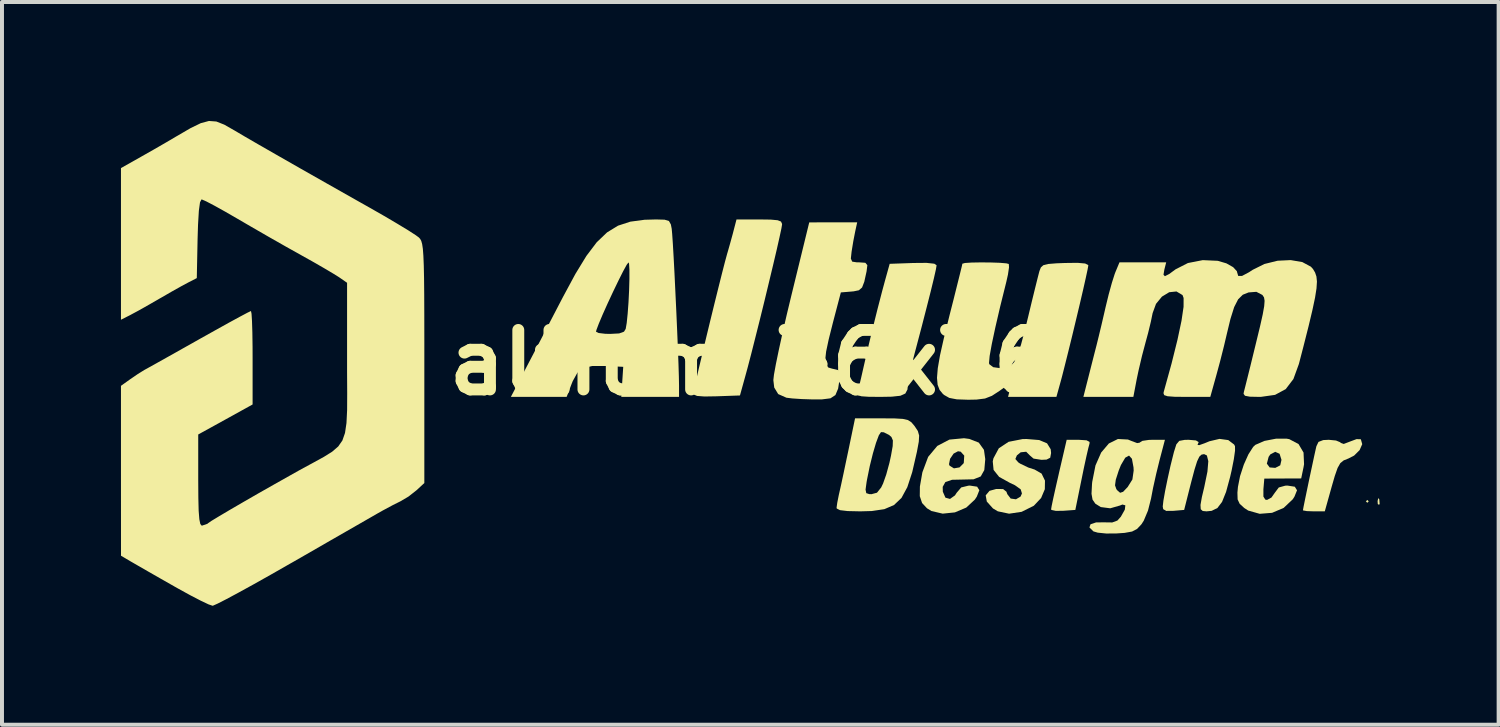
<source format=kicad_pcb>
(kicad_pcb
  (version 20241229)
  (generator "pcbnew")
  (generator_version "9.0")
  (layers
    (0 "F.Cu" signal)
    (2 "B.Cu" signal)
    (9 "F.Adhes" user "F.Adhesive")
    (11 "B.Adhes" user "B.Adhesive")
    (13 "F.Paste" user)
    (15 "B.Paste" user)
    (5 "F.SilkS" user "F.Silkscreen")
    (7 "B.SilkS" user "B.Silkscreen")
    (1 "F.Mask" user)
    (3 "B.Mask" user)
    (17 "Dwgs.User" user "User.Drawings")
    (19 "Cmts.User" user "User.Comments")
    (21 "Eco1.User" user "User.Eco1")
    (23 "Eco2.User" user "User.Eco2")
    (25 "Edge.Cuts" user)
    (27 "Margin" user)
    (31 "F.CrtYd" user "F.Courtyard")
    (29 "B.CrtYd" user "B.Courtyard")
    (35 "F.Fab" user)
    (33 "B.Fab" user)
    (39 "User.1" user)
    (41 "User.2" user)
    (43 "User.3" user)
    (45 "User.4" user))
  (footprint "altium 36x36"
    (layer "F.Cu")
    (at 15.875 6.091)
    (property "Reference" "altium 36x36" (at 0 0 0) (layer "F.SilkS") (effects (font (size 1.5 1.5) (thickness 0.3))))
    (attr board_only exclude_from_pos_files exclude_from_bom)
    (fp_poly (pts (xy 15.586 3.5) (xy 15.55 3.536) (xy 15.514 3.5) (xy 15.55 3.464)) (stroke (width 0) (type solid)) (fill yes) (layer "F.SilkS"))
    (fp_poly (pts (xy 15.852 3.45) (xy 15.861 3.563) (xy 15.846 3.588) (xy 15.814 3.567) (xy 15.809 3.494) (xy 15.826 3.417)) (stroke (width 0) (type solid)) (fill yes) (layer "F.SilkS"))
    (fp_poly (pts (xy 8.472 1.961) (xy 8.548 2.003) (xy 8.545 2.047) (xy 8.516 2.155) (xy 8.466 2.371) (xy 8.403 2.661) (xy 8.348 2.931) (xy 8.188 3.716) (xy 7.882 3.738) (xy 7.696 3.74) (xy 7.588 3.717) (xy 7.577 3.702) (xy 7.592 3.613) (xy 7.634 3.413) (xy 7.697 3.131) (xy 7.773 2.798) (xy 7.773 2.796) (xy 7.97 1.948) (xy 8.276 1.948)) (stroke (width 0) (type solid)) (fill yes) (layer "F.SilkS"))
    (fp_poly (pts (xy 15.383 1.934) (xy 15.388 1.938) (xy 15.422 2.058) (xy 15.356 2.208) (xy 15.217 2.346) (xy 15.075 2.419) (xy 14.955 2.467) (xy 14.87 2.536) (xy 14.801 2.657) (xy 14.73 2.86) (xy 14.653 3.126) (xy 14.478 3.752) (xy 14.202 3.752) (xy 14.026 3.746) (xy 13.932 3.729) (xy 13.927 3.723) (xy 13.941 3.645) (xy 13.978 3.461) (xy 14.031 3.206) (xy 14.092 2.913) (xy 14.155 2.619) (xy 14.211 2.357) (xy 14.254 2.163) (xy 14.266 2.111) (xy 14.319 2.001) (xy 14.439 1.955) (xy 14.579 1.948) (xy 14.761 1.966) (xy 14.87 2.011) (xy 14.878 2.025) (xy 14.955 2.053) (xy 15.117 1.991) (xy 15.278 1.931)) (stroke (width 0) (type solid)) (fill yes) (layer "F.SilkS"))
    (fp_poly (pts (xy 4.632 -2.492) (xy 4.69 -2.452) (xy 4.672 -2.345) (xy 4.621 -2.119) (xy 4.541 -1.791) (xy 4.437 -1.381) (xy 4.315 -0.907) (xy 4.178 -0.388) (xy 4.142 -0.253) (xy 4.065 0.046) (xy 4.006 0.302) (xy 3.972 0.475) (xy 3.968 0.517) (xy 3.956 0.678) (xy 3.902 0.781) (xy 3.778 0.837) (xy 3.559 0.861) (xy 3.271 0.866) (xy 2.974 0.863) (xy 2.796 0.851) (xy 2.71 0.823) (xy 2.692 0.775) (xy 2.699 0.74) (xy 2.735 0.606) (xy 2.788 0.382) (xy 2.842 0.144) (xy 2.946 -0.309) (xy 3.069 -0.822) (xy 3.198 -1.339) (xy 3.319 -1.806) (xy 3.387 -2.057) (xy 3.507 -2.489) (xy 4.099 -2.51) (xy 4.436 -2.513)) (stroke (width 0) (type solid)) (fill yes) (layer "F.SilkS"))
    (fp_poly (pts (xy 0.509 -3.604) (xy 0.682 -3.588) (xy 0.767 -3.555) (xy 0.793 -3.497) (xy 0.794 -3.482) (xy 0.777 -3.38) (xy 0.73 -3.161) (xy 0.659 -2.846) (xy 0.568 -2.459) (xy 0.463 -2.022) (xy 0.351 -1.557) (xy 0.235 -1.086) (xy 0.121 -0.633) (xy 0.016 -0.218) (xy -0.076 0.134) (xy -0.138 0.361) (xy -0.268 0.83) (xy -0.856 0.851) (xy -1.164 0.856) (xy -1.349 0.842) (xy -1.433 0.807) (xy -1.444 0.779) (xy -1.427 0.687) (xy -1.381 0.479) (xy -1.312 0.179) (xy -1.224 -0.191) (xy -1.125 -0.607) (xy -1.019 -1.045) (xy -0.912 -1.482) (xy -0.81 -1.893) (xy -0.719 -2.256) (xy -0.644 -2.547) (xy -0.591 -2.742) (xy -0.58 -2.778) (xy -0.519 -2.992) (xy -0.449 -3.246) (xy -0.435 -3.301) (xy -0.355 -3.608) (xy 0.219 -3.608)) (stroke (width 0) (type solid)) (fill yes) (layer "F.SilkS"))
    (fp_poly (pts (xy 7.277 1.954) (xy 7.475 2.037) (xy 7.567 2.186) (xy 7.577 2.282) (xy 7.555 2.4) (xy 7.463 2.447) (xy 7.332 2.453) (xy 7.135 2.422) (xy 7.045 2.345) (xy 6.949 2.249) (xy 6.811 2.263) (xy 6.715 2.34) (xy 6.676 2.432) (xy 6.751 2.518) (xy 6.796 2.548) (xy 7.002 2.647) (xy 7.161 2.698) (xy 7.337 2.8) (xy 7.423 2.977) (xy 7.419 3.194) (xy 7.325 3.416) (xy 7.144 3.608) (xy 7.137 3.613) (xy 6.834 3.764) (xy 6.518 3.811) (xy 6.233 3.751) (xy 6.112 3.679) (xy 5.956 3.505) (xy 5.928 3.349) (xy 6.024 3.235) (xy 6.193 3.188) (xy 6.367 3.19) (xy 6.451 3.257) (xy 6.473 3.318) (xy 6.558 3.429) (xy 6.691 3.448) (xy 6.807 3.38) (xy 6.842 3.301) (xy 6.811 3.198) (xy 6.666 3.094) (xy 6.541 3.035) (xy 6.267 2.883) (xy 6.127 2.708) (xy 6.106 2.493) (xy 6.123 2.415) (xy 6.259 2.162) (xy 6.505 1.999) (xy 6.858 1.93) (xy 6.957 1.928)) (stroke (width 0) (type solid)) (fill yes) (layer "F.SilkS"))
    (fp_poly (pts (xy 2.637 -3.301) (xy 2.59 -3.06) (xy 2.548 -2.803) (xy 2.547 -2.796) (xy 2.528 -2.62) (xy 2.563 -2.544) (xy 2.681 -2.526) (xy 2.738 -2.526) (xy 2.894 -2.515) (xy 2.944 -2.455) (xy 2.925 -2.301) (xy 2.923 -2.291) (xy 2.867 -2.037) (xy 2.811 -1.892) (xy 2.73 -1.822) (xy 2.598 -1.795) (xy 2.542 -1.79) (xy 2.276 -1.768) (xy 2.077 -1.01) (xy 1.97 -0.585) (xy 1.905 -0.279) (xy 1.882 -0.071) (xy 1.901 0.058) (xy 1.963 0.127) (xy 2.066 0.157) (xy 2.075 0.158) (xy 2.214 0.193) (xy 2.255 0.289) (xy 2.248 0.392) (xy 2.207 0.658) (xy 2.139 0.82) (xy 2.014 0.902) (xy 1.799 0.929) (xy 1.571 0.93) (xy 1.29 0.921) (xy 1.051 0.905) (xy 0.905 0.887) (xy 0.902 0.886) (xy 0.696 0.795) (xy 0.596 0.63) (xy 0.574 0.442) (xy 0.59 0.303) (xy 0.637 0.045) (xy 0.71 -0.309) (xy 0.804 -0.738) (xy 0.915 -1.22) (xy 1.025 -1.677) (xy 1.479 -3.534) (xy 2.084 -3.535) (xy 2.688 -3.536)) (stroke (width 0) (type solid)) (fill yes) (layer "F.SilkS"))
    (fp_poly (pts (xy 12.044 1.955) (xy 12.192 2.067) (xy 12.214 2.11) (xy 12.215 2.221) (xy 12.185 2.435) (xy 12.13 2.715) (xy 12.091 2.884) (xy 11.989 3.261) (xy 11.887 3.515) (xy 11.77 3.668) (xy 11.626 3.739) (xy 11.496 3.752) (xy 11.4 3.743) (xy 11.35 3.698) (xy 11.344 3.59) (xy 11.379 3.392) (xy 11.439 3.139) (xy 11.519 2.75) (xy 11.541 2.487) (xy 11.505 2.343) (xy 11.435 2.309) (xy 11.369 2.322) (xy 11.314 2.374) (xy 11.259 2.49) (xy 11.195 2.693) (xy 11.112 3.006) (xy 11.078 3.139) (xy 10.932 3.716) (xy 10.662 3.739) (xy 10.481 3.741) (xy 10.404 3.697) (xy 10.392 3.63) (xy 10.409 3.481) (xy 10.453 3.233) (xy 10.516 2.926) (xy 10.588 2.601) (xy 10.663 2.3) (xy 10.675 2.253) (xy 10.735 2.063) (xy 10.809 1.975) (xy 10.946 1.95) (xy 11.047 1.948) (xy 11.229 1.964) (xy 11.297 2.005) (xy 11.293 2.02) (xy 11.269 2.077) (xy 11.312 2.083) (xy 11.45 2.034) (xy 11.569 1.985) (xy 11.823 1.925)) (stroke (width 0) (type solid)) (fill yes) (layer "F.SilkS"))
    (fp_poly (pts (xy 13.583 1.932) (xy 13.816 2.055) (xy 13.942 2.269) (xy 13.955 2.564) (xy 13.941 2.644) (xy 13.883 2.922) (xy 13.418 2.924) (xy 12.953 2.926) (xy 12.93 3.195) (xy 12.93 3.379) (xy 12.978 3.456) (xy 13.022 3.464) (xy 13.133 3.404) (xy 13.218 3.283) (xy 13.318 3.15) (xy 13.484 3.104) (xy 13.541 3.103) (xy 13.722 3.131) (xy 13.778 3.221) (xy 13.712 3.383) (xy 13.67 3.448) (xy 13.441 3.665) (xy 13.149 3.789) (xy 12.837 3.814) (xy 12.547 3.732) (xy 12.448 3.668) (xy 12.332 3.562) (xy 12.28 3.451) (xy 12.275 3.281) (xy 12.288 3.136) (xy 12.341 2.866) (xy 12.435 2.577) (xy 12.447 2.549) (xy 13.017 2.549) (xy 13.088 2.645) (xy 13.23 2.656) (xy 13.355 2.591) (xy 13.386 2.454) (xy 13.338 2.301) (xy 13.229 2.251) (xy 13.105 2.316) (xy 13.062 2.378) (xy 13.017 2.549) (xy 12.447 2.549) (xy 12.552 2.315) (xy 12.672 2.127) (xy 12.728 2.075) (xy 12.956 1.976) (xy 13.247 1.92) (xy 13.519 1.92)) (stroke (width 0) (type solid)) (fill yes) (layer "F.SilkS"))
    (fp_poly (pts (xy 5.516 1.926) (xy 5.754 2.019) (xy 5.884 2.201) (xy 5.917 2.436) (xy 5.893 2.711) (xy 5.803 2.872) (xy 5.622 2.944) (xy 5.369 2.95) (xy 5.08 2.956) (xy 4.911 3.014) (xy 4.844 3.134) (xy 4.847 3.256) (xy 4.913 3.407) (xy 5.028 3.439) (xy 5.154 3.349) (xy 5.194 3.286) (xy 5.311 3.149) (xy 5.494 3.104) (xy 5.532 3.103) (xy 5.712 3.13) (xy 5.768 3.219) (xy 5.704 3.381) (xy 5.655 3.455) (xy 5.438 3.657) (xy 5.152 3.778) (xy 4.844 3.81) (xy 4.561 3.744) (xy 4.448 3.675) (xy 4.324 3.542) (xy 4.266 3.369) (xy 4.269 3.126) (xy 4.329 2.782) (xy 4.333 2.764) (xy 4.408 2.563) (xy 5.003 2.563) (xy 5.016 2.599) (xy 5.127 2.668) (xy 5.268 2.644) (xy 5.369 2.543) (xy 5.376 2.526) (xy 5.387 2.347) (xy 5.298 2.248) (xy 5.23 2.237) (xy 5.119 2.296) (xy 5.03 2.427) (xy 5.003 2.563) (xy 4.408 2.563) (xy 4.477 2.379) (xy 4.707 2.103) (xy 5.013 1.943) (xy 5.381 1.908)) (stroke (width 0) (type solid)) (fill yes) (layer "F.SilkS"))
    (fp_poly (pts (xy 3.63 1.409) (xy 3.837 1.421) (xy 3.967 1.45) (xy 4.053 1.505) (xy 4.128 1.593) (xy 4.138 1.606) (xy 4.217 1.726) (xy 4.25 1.84) (xy 4.241 1.997) (xy 4.195 2.245) (xy 4.193 2.255) (xy 4.076 2.762) (xy 3.952 3.142) (xy 3.805 3.413) (xy 3.617 3.592) (xy 3.373 3.697) (xy 3.056 3.744) (xy 2.767 3.752) (xy 2.447 3.745) (xy 2.254 3.722) (xy 2.173 3.681) (xy 2.168 3.662) (xy 2.185 3.538) (xy 2.224 3.341) (xy 2.237 3.283) (xy 2.255 3.204) (xy 2.899 3.204) (xy 2.917 3.293) (xy 2.995 3.318) (xy 3.049 3.319) (xy 3.187 3.282) (xy 3.293 3.149) (xy 3.341 3.049) (xy 3.421 2.822) (xy 3.5 2.532) (xy 3.54 2.35) (xy 3.583 2.107) (xy 3.588 1.964) (xy 3.552 1.879) (xy 3.492 1.826) (xy 3.359 1.759) (xy 3.288 1.754) (xy 3.234 1.834) (xy 3.163 2.024) (xy 3.084 2.292) (xy 3.006 2.607) (xy 2.939 2.936) (xy 2.925 3.013) (xy 2.899 3.204) (xy 2.255 3.204) (xy 2.28 3.092) (xy 2.342 2.804) (xy 2.414 2.461) (xy 2.469 2.201) (xy 2.634 1.407) (xy 3.312 1.407)) (stroke (width 0) (type solid)) (fill yes) (layer "F.SilkS"))
    (fp_poly (pts (xy 9.514 1.941) (xy 9.608 1.979) (xy 9.747 2.031) (xy 9.813 2.02) (xy 9.814 2.015) (xy 9.878 1.975) (xy 10.041 1.951) (xy 10.13 1.948) (xy 10.447 1.948) (xy 10.31 2.469) (xy 10.227 2.807) (xy 10.147 3.167) (xy 10.097 3.43) (xy 10.02 3.733) (xy 9.913 3.988) (xy 9.855 4.078) (xy 9.745 4.195) (xy 9.619 4.261) (xy 9.431 4.295) (xy 9.228 4.309) (xy 8.967 4.311) (xy 8.752 4.289) (xy 8.644 4.257) (xy 8.544 4.158) (xy 8.571 4.078) (xy 8.711 4.031) (xy 8.904 4.029) (xy 9.119 4.032) (xy 9.249 3.984) (xy 9.336 3.887) (xy 9.436 3.709) (xy 9.449 3.6) (xy 9.375 3.58) (xy 9.313 3.605) (xy 9.068 3.675) (xy 8.829 3.644) (xy 8.692 3.558) (xy 8.622 3.456) (xy 8.596 3.309) (xy 8.607 3.096) (xy 9.189 3.096) (xy 9.222 3.191) (xy 9.243 3.219) (xy 9.317 3.284) (xy 9.393 3.259) (xy 9.508 3.138) (xy 9.627 2.948) (xy 9.659 2.724) (xy 9.655 2.643) (xy 9.615 2.426) (xy 9.542 2.346) (xy 9.447 2.399) (xy 9.338 2.584) (xy 9.282 2.724) (xy 9.208 2.954) (xy 9.189 3.096) (xy 8.607 3.096) (xy 8.608 3.072) (xy 8.614 3.009) (xy 8.696 2.595) (xy 8.84 2.268) (xy 9.033 2.041) (xy 9.262 1.928)) (stroke (width 0) (type solid)) (fill yes) (layer "F.SilkS"))
    (fp_poly (pts (xy -2.169 -3.602) (xy -2.059 -3.569) (xy -2.01 -3.482) (xy -1.989 -3.373) (xy -1.977 -3.244) (xy -1.96 -2.996) (xy -1.94 -2.652) (xy -1.918 -2.238) (xy -1.896 -1.777) (xy -1.873 -1.295) (xy -1.852 -0.816) (xy -1.833 -0.364) (xy -1.818 0.035) (xy -1.808 0.358) (xy -1.804 0.58) (xy -1.804 0.596) (xy -1.804 0.866) (xy -2.532 0.866) (xy -3.26 0.866) (xy -3.236 0.487) (xy -3.211 0.108) (xy -3.66 0.087) (xy -3.991 0.087) (xy -4.215 0.139) (xy -4.368 0.259) (xy -4.484 0.468) (xy -4.513 0.54) (xy -4.638 0.866) (xy -5.341 0.866) (xy -6.044 0.866) (xy -5.674 0.159) (xy -5.508 -0.158) (xy -5.298 -0.561) (xy -5.187 -0.776) (xy -3.897 -0.776) (xy -3.832 -0.745) (xy -3.666 -0.725) (xy -3.541 -0.722) (xy -3.313 -0.734) (xy -3.192 -0.778) (xy -3.149 -0.848) (xy -3.123 -0.999) (xy -3.099 -1.235) (xy -3.078 -1.521) (xy -3.063 -1.823) (xy -3.055 -2.109) (xy -3.055 -2.342) (xy -3.064 -2.491) (xy -3.078 -2.525) (xy -3.124 -2.464) (xy -3.214 -2.3) (xy -3.333 -2.063) (xy -3.468 -1.783) (xy -3.605 -1.489) (xy -3.73 -1.21) (xy -3.828 -0.978) (xy -3.887 -0.821) (xy -3.897 -0.776) (xy -5.187 -0.776) (xy -5.066 -1.008) (xy -4.833 -1.456) (xy -4.726 -1.661) (xy -4.416 -2.236) (xy -4.139 -2.689) (xy -3.879 -3.033) (xy -3.618 -3.282) (xy -3.342 -3.451) (xy -3.032 -3.552) (xy -2.673 -3.6) (xy -2.381 -3.608)) (stroke (width 0) (type solid)) (fill yes) (layer "F.SilkS"))
    (fp_poly (pts (xy 6.053 -2.523) (xy 6.282 -2.515) (xy 6.449 -2.501) (xy 6.511 -2.485) (xy 6.516 -2.399) (xy 6.489 -2.217) (xy 6.448 -2.034) (xy 6.293 -1.41) (xy 6.171 -0.885) (xy 6.082 -0.468) (xy 6.028 -0.168) (xy 6.012 0.007) (xy 6.017 0.04) (xy 6.117 0.117) (xy 6.31 0.144) (xy 6.446 0.133) (xy 6.555 0.087) (xy 6.647 -0.013) (xy 6.731 -0.186) (xy 6.818 -0.449) (xy 6.917 -0.822) (xy 6.999 -1.155) (xy 7.088 -1.526) (xy 7.17 -1.86) (xy 7.236 -2.125) (xy 7.278 -2.288) (xy 7.284 -2.309) (xy 7.319 -2.398) (xy 7.381 -2.454) (xy 7.502 -2.485) (xy 7.714 -2.502) (xy 7.925 -2.51) (xy 8.245 -2.514) (xy 8.436 -2.497) (xy 8.512 -2.458) (xy 8.515 -2.446) (xy 8.498 -2.35) (xy 8.453 -2.14) (xy 8.386 -1.842) (xy 8.302 -1.481) (xy 8.207 -1.083) (xy 8.109 -0.675) (xy 8.012 -0.281) (xy 7.924 0.071) (xy 7.851 0.358) (xy 7.816 0.487) (xy 7.711 0.866) (xy 7.101 0.866) (xy 6.492 0.866) (xy 6.539 0.678) (xy 6.586 0.49) (xy 6.277 0.714) (xy 6.085 0.839) (xy 5.911 0.907) (xy 5.696 0.934) (xy 5.487 0.938) (xy 5.199 0.928) (xy 5.011 0.892) (xy 4.88 0.818) (xy 4.848 0.791) (xy 4.766 0.691) (xy 4.716 0.562) (xy 4.7 0.385) (xy 4.72 0.143) (xy 4.776 -0.182) (xy 4.872 -0.609) (xy 5.007 -1.154) (xy 5.015 -1.187) (xy 5.119 -1.594) (xy 5.208 -1.951) (xy 5.279 -2.235) (xy 5.325 -2.423) (xy 5.34 -2.492) (xy 5.405 -2.51) (xy 5.573 -2.521) (xy 5.803 -2.525)) (stroke (width 0) (type solid)) (fill yes) (layer "F.SilkS"))
    (fp_poly (pts (xy 13.911 -2.533) (xy 14.127 -2.417) (xy 14.18 -2.359) (xy 14.233 -2.27) (xy 14.267 -2.17) (xy 14.28 -2.042) (xy 14.269 -1.869) (xy 14.232 -1.635) (xy 14.166 -1.323) (xy 14.069 -0.916) (xy 13.938 -0.399) (xy 13.825 0.036) (xy 13.687 0.415) (xy 13.493 0.67) (xy 13.224 0.815) (xy 12.864 0.866) (xy 12.824 0.866) (xy 12.588 0.861) (xy 12.466 0.838) (xy 12.43 0.789) (xy 12.438 0.74) (xy 12.467 0.628) (xy 12.523 0.404) (xy 12.6 0.095) (xy 12.69 -0.273) (xy 12.743 -0.49) (xy 12.845 -0.91) (xy 12.913 -1.213) (xy 12.95 -1.421) (xy 12.96 -1.556) (xy 12.946 -1.641) (xy 12.909 -1.698) (xy 12.901 -1.706) (xy 12.753 -1.783) (xy 12.557 -1.768) (xy 12.411 -1.71) (xy 12.293 -1.594) (xy 12.193 -1.398) (xy 12.099 -1.099) (xy 12.012 -0.739) (xy 11.935 -0.413) (xy 11.839 -0.033) (xy 11.747 0.307) (xy 11.591 0.866) (xy 10.986 0.866) (xy 10.691 0.863) (xy 10.514 0.85) (xy 10.429 0.822) (xy 10.411 0.773) (xy 10.417 0.74) (xy 10.615 0.023) (xy 10.764 -0.576) (xy 10.865 -1.053) (xy 10.917 -1.405) (xy 10.918 -1.627) (xy 10.891 -1.701) (xy 10.738 -1.792) (xy 10.555 -1.773) (xy 10.372 -1.662) (xy 10.222 -1.479) (xy 10.136 -1.244) (xy 10.136 -1.242) (xy 10.092 -1.028) (xy 10.023 -0.744) (xy 9.958 -0.505) (xy 9.869 -0.169) (xy 9.783 0.197) (xy 9.737 0.415) (xy 9.651 0.866) (xy 9.021 0.866) (xy 8.391 0.866) (xy 8.515 0.379) (xy 8.593 0.071) (xy 8.671 -0.235) (xy 8.722 -0.433) (xy 8.777 -0.656) (xy 8.851 -0.964) (xy 8.929 -1.3) (xy 8.951 -1.397) (xy 9.029 -1.717) (xy 9.11 -2.011) (xy 9.18 -2.231) (xy 9.199 -2.281) (xy 9.301 -2.526) (xy 9.89 -2.526) (xy 10.479 -2.526) (xy 10.433 -2.345) (xy 10.411 -2.214) (xy 10.446 -2.177) (xy 10.556 -2.233) (xy 10.715 -2.35) (xy 11.027 -2.509) (xy 11.401 -2.582) (xy 11.779 -2.565) (xy 11.997 -2.501) (xy 12.167 -2.405) (xy 12.261 -2.303) (xy 12.267 -2.277) (xy 12.295 -2.184) (xy 12.39 -2.183) (xy 12.567 -2.277) (xy 12.662 -2.339) (xy 12.956 -2.485) (xy 13.288 -2.567) (xy 13.618 -2.583)) (stroke (width 0) (type solid)) (fill yes) (layer "F.SilkS"))
    (fp_poly (pts (xy -13.47 -6.077) (xy -13.27 -5.998) (xy -13.021 -5.856) (xy -13 -5.844) (xy -12.77 -5.708) (xy -12.418 -5.504) (xy -11.949 -5.235) (xy -11.368 -4.903) (xy -10.679 -4.512) (xy -9.887 -4.064) (xy -9.61 -3.908) (xy -9.239 -3.696) (xy -8.905 -3.499) (xy -8.631 -3.333) (xy -8.441 -3.21) (xy -8.365 -3.154) (xy -8.331 -3.117) (xy -8.303 -3.065) (xy -8.281 -2.986) (xy -8.263 -2.866) (xy -8.25 -2.691) (xy -8.24 -2.449) (xy -8.233 -2.125) (xy -8.229 -1.706) (xy -8.227 -1.18) (xy -8.226 -0.532) (xy -8.226 0.006) (xy -8.226 3.038) (xy -8.424 3.221) (xy -8.624 3.378) (xy -8.834 3.502) (xy -8.839 3.504) (xy -9.027 3.598) (xy -9.271 3.729) (xy -9.417 3.811) (xy -9.573 3.901) (xy -9.834 4.051) (xy -10.181 4.25) (xy -10.594 4.487) (xy -11.052 4.751) (xy -11.538 5.03) (xy -11.618 5.075) (xy -12.089 5.344) (xy -12.523 5.588) (xy -12.903 5.797) (xy -13.212 5.963) (xy -13.435 6.077) (xy -13.554 6.13) (xy -13.566 6.132) (xy -13.666 6.098) (xy -13.864 6.004) (xy -14.134 5.864) (xy -14.45 5.69) (xy -14.54 5.639) (xy -14.879 5.446) (xy -15.194 5.266) (xy -15.451 5.118) (xy -15.621 5.02) (xy -15.64 5.009) (xy -15.874 4.871) (xy -15.875 2.729) (xy -15.875 0.587) (xy -15.641 0.42) (xy -15.45 0.289) (xy -15.283 0.186) (xy -15.263 0.175) (xy -15.156 0.116) (xy -14.946 -0.001) (xy -14.655 -0.164) (xy -14.303 -0.362) (xy -13.915 -0.58) (xy -13.878 -0.601) (xy -13.495 -0.815) (xy -13.157 -1.003) (xy -12.881 -1.153) (xy -12.689 -1.255) (xy -12.6 -1.298) (xy -12.597 -1.299) (xy -12.583 -1.231) (xy -12.571 -1.042) (xy -12.562 -0.757) (xy -12.557 -0.399) (xy -12.556 -0.121) (xy -12.556 1.057) (xy -13.241 1.436) (xy -13.927 1.814) (xy -13.927 2.964) (xy -13.924 3.415) (xy -13.916 3.738) (xy -13.899 3.951) (xy -13.875 4.07) (xy -13.84 4.112) (xy -13.833 4.113) (xy -13.696 4.066) (xy -13.671 4.045) (xy -13.588 3.989) (xy -13.4 3.875) (xy -13.128 3.714) (xy -12.791 3.518) (xy -12.411 3.299) (xy -12.007 3.07) (xy -11.602 2.842) (xy -11.365 2.709) (xy -11.024 2.524) (xy -10.755 2.376) (xy -10.549 2.247) (xy -10.397 2.116) (xy -10.292 1.965) (xy -10.226 1.775) (xy -10.189 1.525) (xy -10.173 1.198) (xy -10.171 0.774) (xy -10.174 0.233) (xy -10.174 -0.044) (xy -10.174 -2.011) (xy -10.373 -2.149) (xy -10.515 -2.238) (xy -10.749 -2.377) (xy -11.043 -2.546) (xy -11.329 -2.706) (xy -11.708 -2.918) (xy -12.151 -3.17) (xy -12.598 -3.428) (xy -12.926 -3.619) (xy -13.241 -3.801) (xy -13.514 -3.953) (xy -13.72 -4.061) (xy -13.833 -4.111) (xy -13.844 -4.113) (xy -13.882 -4.041) (xy -13.911 -3.827) (xy -13.932 -3.472) (xy -13.943 -3.121) (xy -13.963 -2.129) (xy -14.179 -2.018) (xy -14.347 -1.928) (xy -14.59 -1.792) (xy -14.86 -1.636) (xy -14.901 -1.613) (xy -15.175 -1.455) (xy -15.432 -1.31) (xy -15.622 -1.208) (xy -15.64 -1.198) (xy -15.875 -1.079) (xy -15.875 -2.991) (xy -15.875 -4.903) (xy -15.352 -5.198) (xy -15.047 -5.371) (xy -14.737 -5.55) (xy -14.484 -5.699) (xy -14.468 -5.708) (xy -14.121 -5.91) (xy -13.862 -6.036) (xy -13.656 -6.091)) (stroke (width 0) (type solid)) (fill yes) (layer "F.SilkS")))
  (gr_rect
    (start -3 -3)
    (end 34.736 15.223)
    (stroke (width 0.1) (type default))
    (fill no)
    (layer "Edge.Cuts")))
</source>
